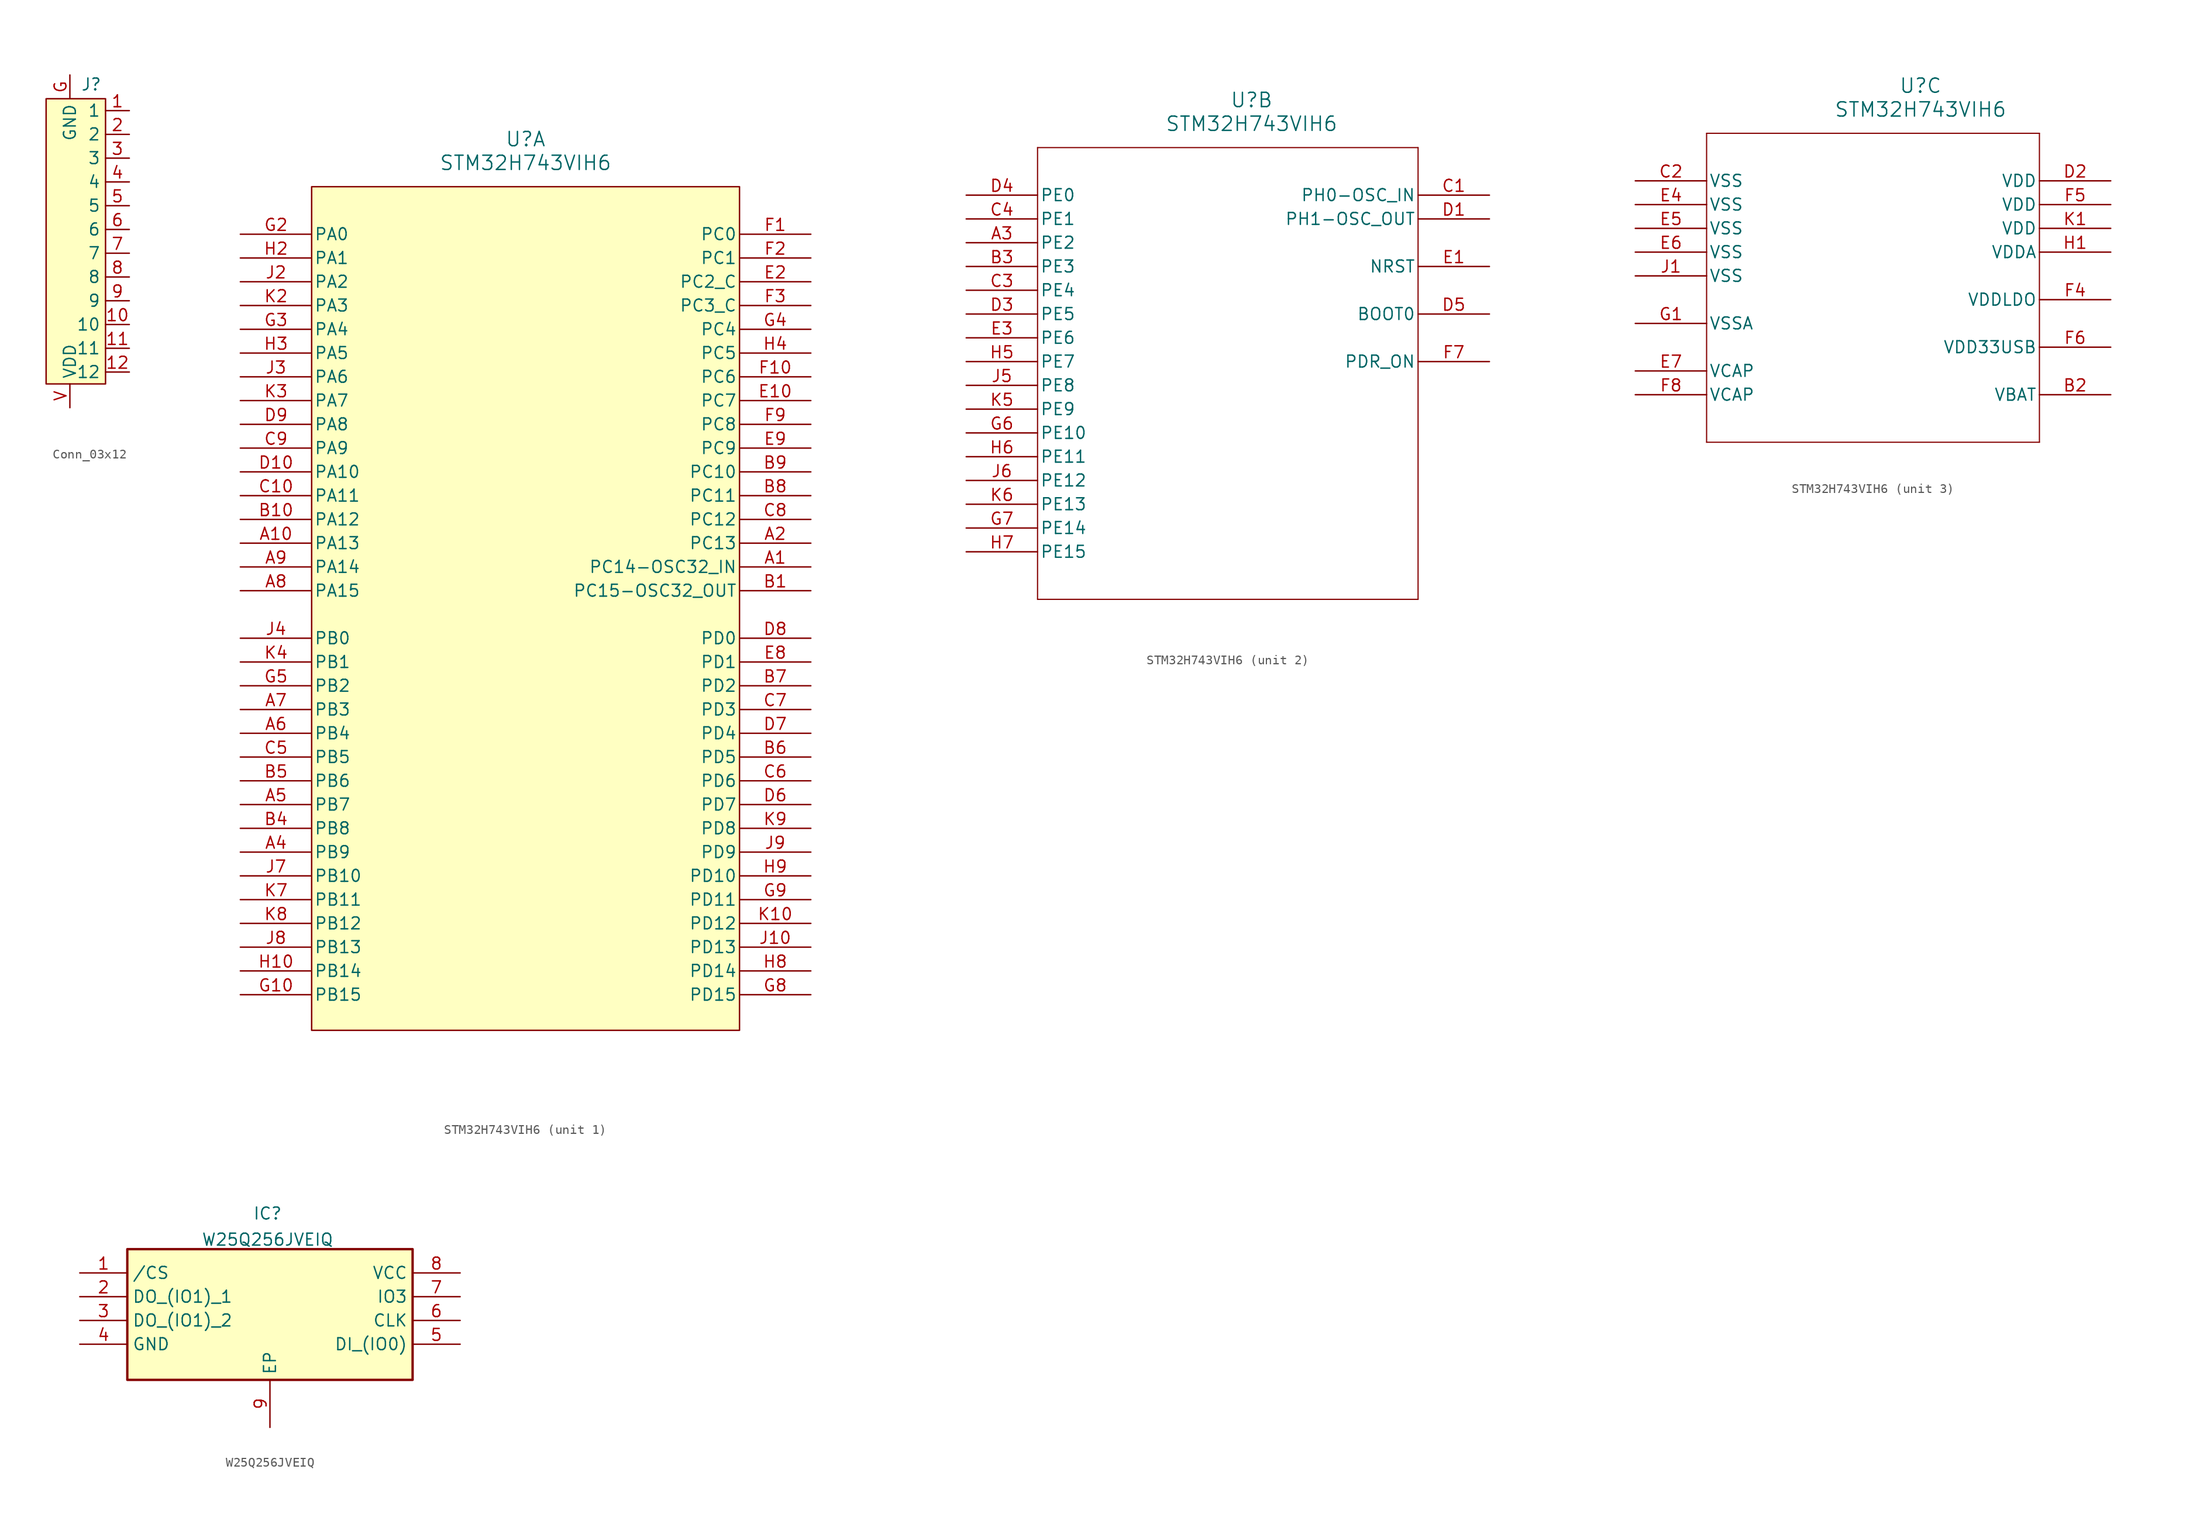
<source format=kicad_sym>
(kicad_symbol_lib
  (version 20241209)
  (generator "kicad_symbol_editor")
  (generator_version "9.0")
  (symbol "Conn_03x12"
    (property "Reference" "J"
      (at 2.286 1.524 0)
      (effects (font (size 1.27 1.27))))
    (property "Value" ""
      (at 0 0 0)
      (effects (font (size 1.27 1.27))))
    (symbol "Conn_03x12_1_1"
      (rectangle (start -2.54 0) (end 3.81 -30.48) (stroke (width 0) (type default)) (fill (type background)))
      (pin input line (at 0 2.54 270) (length 2.54) (name "GND" (effects (font (size 1.27 1.27)))) (number "G" (effects (font (size 1.27 1.27)))))
      (pin input line (at 0 -33.02 90) (length 2.54) (name "VDD" (effects (font (size 1.27 1.27)))) (number "V" (effects (font (size 1.27 1.27)))))
      (pin input line (at 6.35 -1.27 180) (length 2.54) (name "1" (effects (font (size 1.27 1.27)))) (number "1" (effects (font (size 1.27 1.27)))))
      (pin input line (at 6.35 -3.81 180) (length 2.54) (name "2" (effects (font (size 1.27 1.27)))) (number "2" (effects (font (size 1.27 1.27)))))
      (pin input line (at 6.35 -6.35 180) (length 2.54) (name "3" (effects (font (size 1.27 1.27)))) (number "3" (effects (font (size 1.27 1.27)))))
      (pin input line (at 6.35 -8.89 180) (length 2.54) (name "4" (effects (font (size 1.27 1.27)))) (number "4" (effects (font (size 1.27 1.27)))))
      (pin input line (at 6.35 -11.43 180) (length 2.54) (name "5" (effects (font (size 1.27 1.27)))) (number "5" (effects (font (size 1.27 1.27)))))
      (pin input line (at 6.35 -13.97 180) (length 2.54) (name "6" (effects (font (size 1.27 1.27)))) (number "6" (effects (font (size 1.27 1.27)))))
      (pin input line (at 6.35 -16.51 180) (length 2.54) (name "7" (effects (font (size 1.27 1.27)))) (number "7" (effects (font (size 1.27 1.27)))))
      (pin input line (at 6.35 -19.05 180) (length 2.54) (name "8" (effects (font (size 1.27 1.27)))) (number "8" (effects (font (size 1.27 1.27)))))
      (pin input line (at 6.35 -21.59 180) (length 2.54) (name "9" (effects (font (size 1.27 1.27)))) (number "9" (effects (font (size 1.27 1.27)))))
      (pin input line (at 6.35 -24.13 180) (length 2.54) (name "10" (effects (font (size 1.27 1.27)))) (number "10" (effects (font (size 1.27 1.27)))))
      (pin input line (at 6.35 -26.67 180) (length 2.54) (name "11" (effects (font (size 1.27 1.27)))) (number "11" (effects (font (size 1.27 1.27)))))
      (pin input line (at 6.35 -29.21 180) (length 2.54) (name "12" (effects (font (size 1.27 1.27)))) (number "12" (effects (font (size 1.27 1.27)))))))
  (symbol "STM32H743VIH6"
    (pin_names
      (offset 0.254))
    (property "Reference" "U"
      (at 30.48 10.16 0)
      (effects (font (size 1.524 1.524))))
    (property "Value" "STM32H743VIH6"
      (at 30.48 7.62 0)
      (effects (font (size 1.524 1.524))))
    (property "ki_locked" ""
      (at 0 0 0)
      (effects (font (size 1.27 1.27))))
    (symbol "STM32H743VIH6_1_1"
      (rectangle (start 7.62 5.08) (end 53.34 -85.09) (stroke (width 0) (type default)) (fill (type background)))
      (pin bidirectional line (at 0 0 0) (length 7.62) (name "PA0" (effects (font (size 1.27 1.27)))) (number "G2" (effects (font (size 1.27 1.27)))))
      (pin bidirectional line (at 0 -2.54 0) (length 7.62) (name "PA1" (effects (font (size 1.27 1.27)))) (number "H2" (effects (font (size 1.27 1.27)))))
      (pin bidirectional line (at 0 -5.08 0) (length 7.62) (name "PA2" (effects (font (size 1.27 1.27)))) (number "J2" (effects (font (size 1.27 1.27)))))
      (pin bidirectional line (at 0 -7.62 0) (length 7.62) (name "PA3" (effects (font (size 1.27 1.27)))) (number "K2" (effects (font (size 1.27 1.27)))))
      (pin bidirectional line (at 0 -10.16 0) (length 7.62) (name "PA4" (effects (font (size 1.27 1.27)))) (number "G3" (effects (font (size 1.27 1.27)))))
      (pin bidirectional line (at 0 -12.7 0) (length 7.62) (name "PA5" (effects (font (size 1.27 1.27)))) (number "H3" (effects (font (size 1.27 1.27)))))
      (pin bidirectional line (at 0 -15.24 0) (length 7.62) (name "PA6" (effects (font (size 1.27 1.27)))) (number "J3" (effects (font (size 1.27 1.27)))))
      (pin bidirectional line (at 0 -17.78 0) (length 7.62) (name "PA7" (effects (font (size 1.27 1.27)))) (number "K3" (effects (font (size 1.27 1.27)))))
      (pin bidirectional line (at 0 -20.32 0) (length 7.62) (name "PA8" (effects (font (size 1.27 1.27)))) (number "D9" (effects (font (size 1.27 1.27)))))
      (pin bidirectional line (at 0 -22.86 0) (length 7.62) (name "PA9" (effects (font (size 1.27 1.27)))) (number "C9" (effects (font (size 1.27 1.27)))))
      (pin bidirectional line (at 0 -25.4 0) (length 7.62) (name "PA10" (effects (font (size 1.27 1.27)))) (number "D10" (effects (font (size 1.27 1.27)))))
      (pin bidirectional line (at 0 -27.94 0) (length 7.62) (name "PA11" (effects (font (size 1.27 1.27)))) (number "C10" (effects (font (size 1.27 1.27)))))
      (pin bidirectional line (at 0 -30.48 0) (length 7.62) (name "PA12" (effects (font (size 1.27 1.27)))) (number "B10" (effects (font (size 1.27 1.27)))))
      (pin bidirectional line (at 0 -33.02 0) (length 7.62) (name "PA13" (effects (font (size 1.27 1.27)))) (number "A10" (effects (font (size 1.27 1.27)))))
      (pin bidirectional line (at 0 -35.56 0) (length 7.62) (name "PA14" (effects (font (size 1.27 1.27)))) (number "A9" (effects (font (size 1.27 1.27)))))
      (pin bidirectional line (at 0 -38.1 0) (length 7.62) (name "PA15" (effects (font (size 1.27 1.27)))) (number "A8" (effects (font (size 1.27 1.27)))))
      (pin bidirectional line (at 0 -43.18 0) (length 7.62) (name "PB0" (effects (font (size 1.27 1.27)))) (number "J4" (effects (font (size 1.27 1.27)))))
      (pin bidirectional line (at 0 -45.72 0) (length 7.62) (name "PB1" (effects (font (size 1.27 1.27)))) (number "K4" (effects (font (size 1.27 1.27)))))
      (pin bidirectional line (at 0 -48.26 0) (length 7.62) (name "PB2" (effects (font (size 1.27 1.27)))) (number "G5" (effects (font (size 1.27 1.27)))))
      (pin bidirectional line (at 0 -50.8 0) (length 7.62) (name "PB3" (effects (font (size 1.27 1.27)))) (number "A7" (effects (font (size 1.27 1.27)))))
      (pin bidirectional line (at 0 -53.34 0) (length 7.62) (name "PB4" (effects (font (size 1.27 1.27)))) (number "A6" (effects (font (size 1.27 1.27)))))
      (pin bidirectional line (at 0 -55.88 0) (length 7.62) (name "PB5" (effects (font (size 1.27 1.27)))) (number "C5" (effects (font (size 1.27 1.27)))))
      (pin bidirectional line (at 0 -58.42 0) (length 7.62) (name "PB6" (effects (font (size 1.27 1.27)))) (number "B5" (effects (font (size 1.27 1.27)))))
      (pin bidirectional line (at 0 -60.96 0) (length 7.62) (name "PB7" (effects (font (size 1.27 1.27)))) (number "A5" (effects (font (size 1.27 1.27)))))
      (pin bidirectional line (at 0 -63.5 0) (length 7.62) (name "PB8" (effects (font (size 1.27 1.27)))) (number "B4" (effects (font (size 1.27 1.27)))))
      (pin bidirectional line (at 0 -66.04 0) (length 7.62) (name "PB9" (effects (font (size 1.27 1.27)))) (number "A4" (effects (font (size 1.27 1.27)))))
      (pin bidirectional line (at 0 -68.58 0) (length 7.62) (name "PB10" (effects (font (size 1.27 1.27)))) (number "J7" (effects (font (size 1.27 1.27)))))
      (pin bidirectional line (at 0 -71.12 0) (length 7.62) (name "PB11" (effects (font (size 1.27 1.27)))) (number "K7" (effects (font (size 1.27 1.27)))))
      (pin bidirectional line (at 0 -73.66 0) (length 7.62) (name "PB12" (effects (font (size 1.27 1.27)))) (number "K8" (effects (font (size 1.27 1.27)))))
      (pin bidirectional line (at 0 -76.2 0) (length 7.62) (name "PB13" (effects (font (size 1.27 1.27)))) (number "J8" (effects (font (size 1.27 1.27)))))
      (pin bidirectional line (at 0 -78.74 0) (length 7.62) (name "PB14" (effects (font (size 1.27 1.27)))) (number "H10" (effects (font (size 1.27 1.27)))))
      (pin bidirectional line (at 0 -81.28 0) (length 7.62) (name "PB15" (effects (font (size 1.27 1.27)))) (number "G10" (effects (font (size 1.27 1.27)))))
      (pin bidirectional line (at 60.96 0 180) (length 7.62) (name "PC0" (effects (font (size 1.27 1.27)))) (number "F1" (effects (font (size 1.27 1.27)))))
      (pin bidirectional line (at 60.96 -2.54 180) (length 7.62) (name "PC1" (effects (font (size 1.27 1.27)))) (number "F2" (effects (font (size 1.27 1.27)))))
      (pin bidirectional line (at 60.96 -5.08 180) (length 7.62) (name "PC2_C" (effects (font (size 1.27 1.27)))) (number "E2" (effects (font (size 1.27 1.27)))))
      (pin bidirectional line (at 60.96 -7.62 180) (length 7.62) (name "PC3_C" (effects (font (size 1.27 1.27)))) (number "F3" (effects (font (size 1.27 1.27)))))
      (pin bidirectional line (at 60.96 -10.16 180) (length 7.62) (name "PC4" (effects (font (size 1.27 1.27)))) (number "G4" (effects (font (size 1.27 1.27)))))
      (pin bidirectional line (at 60.96 -12.7 180) (length 7.62) (name "PC5" (effects (font (size 1.27 1.27)))) (number "H4" (effects (font (size 1.27 1.27)))))
      (pin bidirectional line (at 60.96 -15.24 180) (length 7.62) (name "PC6" (effects (font (size 1.27 1.27)))) (number "F10" (effects (font (size 1.27 1.27)))))
      (pin bidirectional line (at 60.96 -17.78 180) (length 7.62) (name "PC7" (effects (font (size 1.27 1.27)))) (number "E10" (effects (font (size 1.27 1.27)))))
      (pin bidirectional line (at 60.96 -20.32 180) (length 7.62) (name "PC8" (effects (font (size 1.27 1.27)))) (number "F9" (effects (font (size 1.27 1.27)))))
      (pin bidirectional line (at 60.96 -22.86 180) (length 7.62) (name "PC9" (effects (font (size 1.27 1.27)))) (number "E9" (effects (font (size 1.27 1.27)))))
      (pin bidirectional line (at 60.96 -25.4 180) (length 7.62) (name "PC10" (effects (font (size 1.27 1.27)))) (number "B9" (effects (font (size 1.27 1.27)))))
      (pin bidirectional line (at 60.96 -27.94 180) (length 7.62) (name "PC11" (effects (font (size 1.27 1.27)))) (number "B8" (effects (font (size 1.27 1.27)))))
      (pin bidirectional line (at 60.96 -30.48 180) (length 7.62) (name "PC12" (effects (font (size 1.27 1.27)))) (number "C8" (effects (font (size 1.27 1.27)))))
      (pin bidirectional line (at 60.96 -33.02 180) (length 7.62) (name "PC13" (effects (font (size 1.27 1.27)))) (number "A2" (effects (font (size 1.27 1.27)))))
      (pin bidirectional line (at 60.96 -35.56 180) (length 7.62) (name "PC14-OSC32_IN" (effects (font (size 1.27 1.27)))) (number "A1" (effects (font (size 1.27 1.27)))))
      (pin bidirectional line (at 60.96 -38.1 180) (length 7.62) (name "PC15-OSC32_OUT" (effects (font (size 1.27 1.27)))) (number "B1" (effects (font (size 1.27 1.27)))))
      (pin bidirectional line (at 60.96 -43.18 180) (length 7.62) (name "PD0" (effects (font (size 1.27 1.27)))) (number "D8" (effects (font (size 1.27 1.27)))))
      (pin bidirectional line (at 60.96 -45.72 180) (length 7.62) (name "PD1" (effects (font (size 1.27 1.27)))) (number "E8" (effects (font (size 1.27 1.27)))))
      (pin bidirectional line (at 60.96 -48.26 180) (length 7.62) (name "PD2" (effects (font (size 1.27 1.27)))) (number "B7" (effects (font (size 1.27 1.27)))))
      (pin bidirectional line (at 60.96 -50.8 180) (length 7.62) (name "PD3" (effects (font (size 1.27 1.27)))) (number "C7" (effects (font (size 1.27 1.27)))))
      (pin bidirectional line (at 60.96 -53.34 180) (length 7.62) (name "PD4" (effects (font (size 1.27 1.27)))) (number "D7" (effects (font (size 1.27 1.27)))))
      (pin bidirectional line (at 60.96 -55.88 180) (length 7.62) (name "PD5" (effects (font (size 1.27 1.27)))) (number "B6" (effects (font (size 1.27 1.27)))))
      (pin bidirectional line (at 60.96 -58.42 180) (length 7.62) (name "PD6" (effects (font (size 1.27 1.27)))) (number "C6" (effects (font (size 1.27 1.27)))))
      (pin bidirectional line (at 60.96 -60.96 180) (length 7.62) (name "PD7" (effects (font (size 1.27 1.27)))) (number "D6" (effects (font (size 1.27 1.27)))))
      (pin bidirectional line (at 60.96 -63.5 180) (length 7.62) (name "PD8" (effects (font (size 1.27 1.27)))) (number "K9" (effects (font (size 1.27 1.27)))))
      (pin bidirectional line (at 60.96 -66.04 180) (length 7.62) (name "PD9" (effects (font (size 1.27 1.27)))) (number "J9" (effects (font (size 1.27 1.27)))))
      (pin bidirectional line (at 60.96 -68.58 180) (length 7.62) (name "PD10" (effects (font (size 1.27 1.27)))) (number "H9" (effects (font (size 1.27 1.27)))))
      (pin bidirectional line (at 60.96 -71.12 180) (length 7.62) (name "PD11" (effects (font (size 1.27 1.27)))) (number "G9" (effects (font (size 1.27 1.27)))))
      (pin bidirectional line (at 60.96 -73.66 180) (length 7.62) (name "PD12" (effects (font (size 1.27 1.27)))) (number "K10" (effects (font (size 1.27 1.27)))))
      (pin bidirectional line (at 60.96 -76.2 180) (length 7.62) (name "PD13" (effects (font (size 1.27 1.27)))) (number "J10" (effects (font (size 1.27 1.27)))))
      (pin bidirectional line (at 60.96 -78.74 180) (length 7.62) (name "PD14" (effects (font (size 1.27 1.27)))) (number "H8" (effects (font (size 1.27 1.27)))))
      (pin bidirectional line (at 60.96 -81.28 180) (length 7.62) (name "PD15" (effects (font (size 1.27 1.27)))) (number "G8" (effects (font (size 1.27 1.27))))))
    (symbol "STM32H743VIH6_2_1"
      (polyline (pts (xy 7.62 5.08) (xy 7.62 -43.18)) (stroke (width 0.127) (type default)) (fill (type none)))
      (polyline (pts (xy 7.62 -43.18) (xy 48.26 -43.18)) (stroke (width 0.127) (type default)) (fill (type none)))
      (polyline (pts (xy 48.26 5.08) (xy 7.62 5.08)) (stroke (width 0.127) (type default)) (fill (type none)))
      (polyline (pts (xy 48.26 -43.18) (xy 48.26 5.08)) (stroke (width 0.127) (type default)) (fill (type none)))
      (pin bidirectional line (at 0 0 0) (length 7.62) (name "PE0" (effects (font (size 1.27 1.27)))) (number "D4" (effects (font (size 1.27 1.27)))))
      (pin bidirectional line (at 0 -2.54 0) (length 7.62) (name "PE1" (effects (font (size 1.27 1.27)))) (number "C4" (effects (font (size 1.27 1.27)))))
      (pin bidirectional line (at 0 -5.08 0) (length 7.62) (name "PE2" (effects (font (size 1.27 1.27)))) (number "A3" (effects (font (size 1.27 1.27)))))
      (pin bidirectional line (at 0 -7.62 0) (length 7.62) (name "PE3" (effects (font (size 1.27 1.27)))) (number "B3" (effects (font (size 1.27 1.27)))))
      (pin bidirectional line (at 0 -10.16 0) (length 7.62) (name "PE4" (effects (font (size 1.27 1.27)))) (number "C3" (effects (font (size 1.27 1.27)))))
      (pin bidirectional line (at 0 -12.7 0) (length 7.62) (name "PE5" (effects (font (size 1.27 1.27)))) (number "D3" (effects (font (size 1.27 1.27)))))
      (pin bidirectional line (at 0 -15.24 0) (length 7.62) (name "PE6" (effects (font (size 1.27 1.27)))) (number "E3" (effects (font (size 1.27 1.27)))))
      (pin bidirectional line (at 0 -17.78 0) (length 7.62) (name "PE7" (effects (font (size 1.27 1.27)))) (number "H5" (effects (font (size 1.27 1.27)))))
      (pin bidirectional line (at 0 -20.32 0) (length 7.62) (name "PE8" (effects (font (size 1.27 1.27)))) (number "J5" (effects (font (size 1.27 1.27)))))
      (pin bidirectional line (at 0 -22.86 0) (length 7.62) (name "PE9" (effects (font (size 1.27 1.27)))) (number "K5" (effects (font (size 1.27 1.27)))))
      (pin bidirectional line (at 0 -25.4 0) (length 7.62) (name "PE10" (effects (font (size 1.27 1.27)))) (number "G6" (effects (font (size 1.27 1.27)))))
      (pin bidirectional line (at 0 -27.94 0) (length 7.62) (name "PE11" (effects (font (size 1.27 1.27)))) (number "H6" (effects (font (size 1.27 1.27)))))
      (pin bidirectional line (at 0 -30.48 0) (length 7.62) (name "PE12" (effects (font (size 1.27 1.27)))) (number "J6" (effects (font (size 1.27 1.27)))))
      (pin bidirectional line (at 0 -33.02 0) (length 7.62) (name "PE13" (effects (font (size 1.27 1.27)))) (number "K6" (effects (font (size 1.27 1.27)))))
      (pin bidirectional line (at 0 -35.56 0) (length 7.62) (name "PE14" (effects (font (size 1.27 1.27)))) (number "G7" (effects (font (size 1.27 1.27)))))
      (pin bidirectional line (at 0 -38.1 0) (length 7.62) (name "PE15" (effects (font (size 1.27 1.27)))) (number "H7" (effects (font (size 1.27 1.27)))))
      (pin bidirectional line (at 55.88 0 180) (length 7.62) (name "PH0-OSC_IN" (effects (font (size 1.27 1.27)))) (number "C1" (effects (font (size 1.27 1.27)))))
      (pin bidirectional line (at 55.88 -2.54 180) (length 7.62) (name "PH1-OSC_OUT" (effects (font (size 1.27 1.27)))) (number "D1" (effects (font (size 1.27 1.27)))))
      (pin bidirectional line (at 55.88 -7.62 180) (length 7.62) (name "NRST" (effects (font (size 1.27 1.27)))) (number "E1" (effects (font (size 1.27 1.27)))))
      (pin input line (at 55.88 -12.7 180) (length 7.62) (name "BOOT0" (effects (font (size 1.27 1.27)))) (number "D5" (effects (font (size 1.27 1.27)))))
      (pin bidirectional line (at 55.88 -17.78 180) (length 7.62) (name "PDR_ON" (effects (font (size 1.27 1.27)))) (number "F7" (effects (font (size 1.27 1.27))))))
    (symbol "STM32H743VIH6_3_1"
      (polyline (pts (xy 7.62 5.08) (xy 7.62 -27.94)) (stroke (width 0.127) (type default)) (fill (type none)))
      (polyline (pts (xy 7.62 -27.94) (xy 43.18 -27.94)) (stroke (width 0.127) (type default)) (fill (type none)))
      (polyline (pts (xy 43.18 5.08) (xy 7.62 5.08)) (stroke (width 0.127) (type default)) (fill (type none)))
      (polyline (pts (xy 43.18 -27.94) (xy 43.18 5.08)) (stroke (width 0.127) (type default)) (fill (type none)))
      (pin power_in line (at 0 0 0) (length 7.62) (name "VSS" (effects (font (size 1.27 1.27)))) (number "C2" (effects (font (size 1.27 1.27)))))
      (pin power_in line (at 0 -2.54 0) (length 7.62) (name "VSS" (effects (font (size 1.27 1.27)))) (number "E4" (effects (font (size 1.27 1.27)))))
      (pin power_in line (at 0 -5.08 0) (length 7.62) (name "VSS" (effects (font (size 1.27 1.27)))) (number "E5" (effects (font (size 1.27 1.27)))))
      (pin power_in line (at 0 -7.62 0) (length 7.62) (name "VSS" (effects (font (size 1.27 1.27)))) (number "E6" (effects (font (size 1.27 1.27)))))
      (pin power_in line (at 0 -10.16 0) (length 7.62) (name "VSS" (effects (font (size 1.27 1.27)))) (number "J1" (effects (font (size 1.27 1.27)))))
      (pin power_in line (at 0 -15.24 0) (length 7.62) (name "VSSA" (effects (font (size 1.27 1.27)))) (number "G1" (effects (font (size 1.27 1.27)))))
      (pin power_in line (at 0 -20.32 0) (length 7.62) (name "VCAP" (effects (font (size 1.27 1.27)))) (number "E7" (effects (font (size 1.27 1.27)))))
      (pin power_in line (at 0 -22.86 0) (length 7.62) (name "VCAP" (effects (font (size 1.27 1.27)))) (number "F8" (effects (font (size 1.27 1.27)))))
      (pin power_in line (at 50.8 0 180) (length 7.62) (name "VDD" (effects (font (size 1.27 1.27)))) (number "D2" (effects (font (size 1.27 1.27)))))
      (pin power_in line (at 50.8 -2.54 180) (length 7.62) (name "VDD" (effects (font (size 1.27 1.27)))) (number "F5" (effects (font (size 1.27 1.27)))))
      (pin power_in line (at 50.8 -5.08 180) (length 7.62) (name "VDD" (effects (font (size 1.27 1.27)))) (number "K1" (effects (font (size 1.27 1.27)))))
      (pin power_in line (at 50.8 -7.62 180) (length 7.62) (name "VDDA" (effects (font (size 1.27 1.27)))) (number "H1" (effects (font (size 1.27 1.27)))))
      (pin power_in line (at 50.8 -12.7 180) (length 7.62) (name "VDDLDO" (effects (font (size 1.27 1.27)))) (number "F4" (effects (font (size 1.27 1.27)))))
      (pin power_in line (at 50.8 -17.78 180) (length 7.62) (name "VDD33USB" (effects (font (size 1.27 1.27)))) (number "F6" (effects (font (size 1.27 1.27)))))
      (pin power_in line (at 50.8 -22.86 180) (length 7.62) (name "VBAT" (effects (font (size 1.27 1.27)))) (number "B2" (effects (font (size 1.27 1.27)))))))
  (symbol "W25Q256JVEIQ"
    (property "Reference" "IC"
      (at -0.254 3.81 0)
      (effects (font (size 1.27 1.27))))
    (property "Value" "W25Q256JVEIQ"
      (at -0.254 1.016 0)
      (effects (font (size 1.27 1.27))))
    (symbol "W25Q256JVEIQ_1_1"
      (rectangle (start -15.24 0) (end 15.24 -13.97) (stroke (width 0.254) (type default)) (fill (type background)))
      (pin passive line (at -20.32 -2.54 0) (length 5.08) (name "/CS" (effects (font (size 1.27 1.27)))) (number "1" (effects (font (size 1.27 1.27)))))
      (pin passive line (at -20.32 -5.08 0) (length 5.08) (name "DO_(IO1)_1" (effects (font (size 1.27 1.27)))) (number "2" (effects (font (size 1.27 1.27)))))
      (pin passive line (at -20.32 -7.62 0) (length 5.08) (name "DO_(IO1)_2" (effects (font (size 1.27 1.27)))) (number "3" (effects (font (size 1.27 1.27)))))
      (pin passive line (at -20.32 -10.16 0) (length 5.08) (name "GND" (effects (font (size 1.27 1.27)))) (number "4" (effects (font (size 1.27 1.27)))))
      (pin passive line (at 0 -19.05 90) (length 5.08) (name "EP" (effects (font (size 1.27 1.27)))) (number "9" (effects (font (size 1.27 1.27)))))
      (pin passive line (at 20.32 -2.54 180) (length 5.08) (name "VCC" (effects (font (size 1.27 1.27)))) (number "8" (effects (font (size 1.27 1.27)))))
      (pin passive line (at 20.32 -5.08 180) (length 5.08) (name "IO3" (effects (font (size 1.27 1.27)))) (number "7" (effects (font (size 1.27 1.27)))))
      (pin passive line (at 20.32 -7.62 180) (length 5.08) (name "CLK" (effects (font (size 1.27 1.27)))) (number "6" (effects (font (size 1.27 1.27)))))
      (pin passive line (at 20.32 -10.16 180) (length 5.08) (name "DI_(IO0)" (effects (font (size 1.27 1.27)))) (number "5" (effects (font (size 1.27 1.27))))))))
</source>
